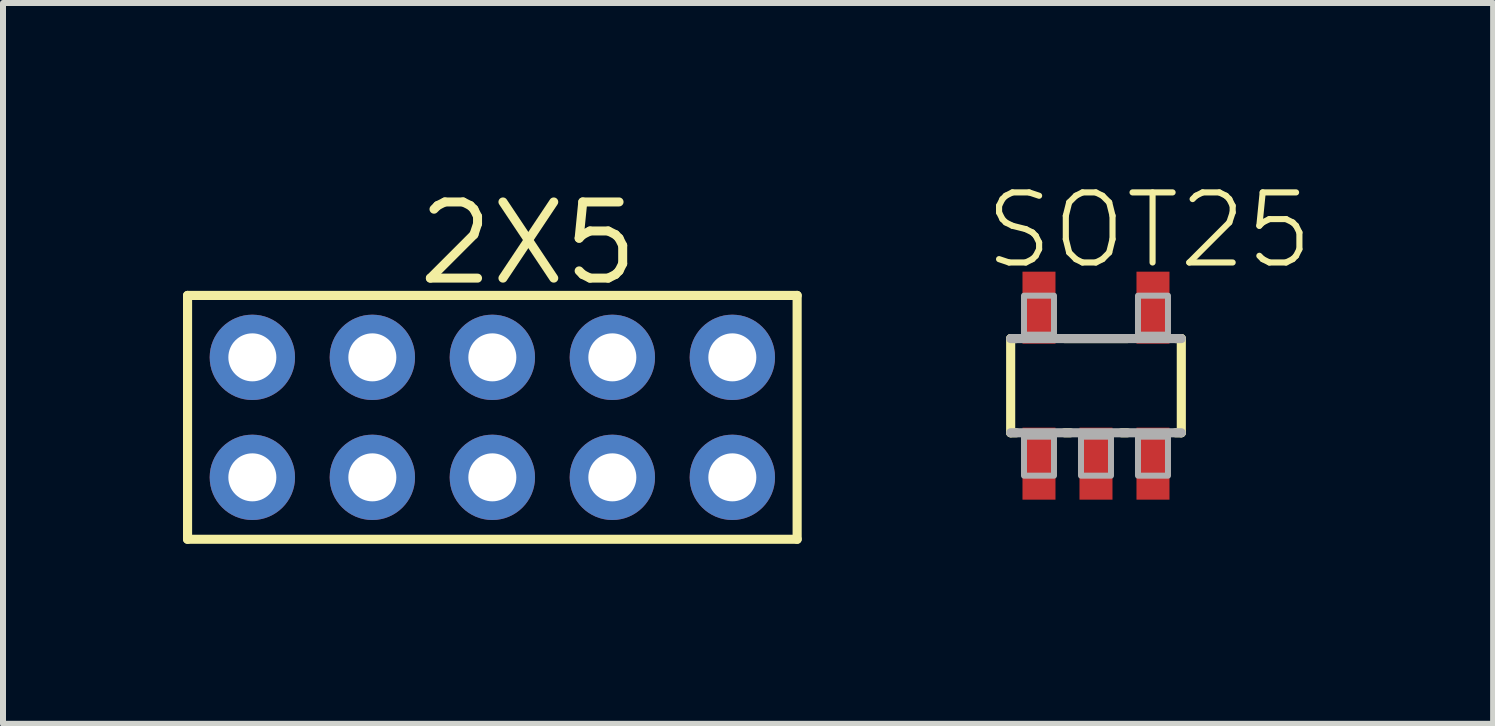
<source format=kicad_pcb>
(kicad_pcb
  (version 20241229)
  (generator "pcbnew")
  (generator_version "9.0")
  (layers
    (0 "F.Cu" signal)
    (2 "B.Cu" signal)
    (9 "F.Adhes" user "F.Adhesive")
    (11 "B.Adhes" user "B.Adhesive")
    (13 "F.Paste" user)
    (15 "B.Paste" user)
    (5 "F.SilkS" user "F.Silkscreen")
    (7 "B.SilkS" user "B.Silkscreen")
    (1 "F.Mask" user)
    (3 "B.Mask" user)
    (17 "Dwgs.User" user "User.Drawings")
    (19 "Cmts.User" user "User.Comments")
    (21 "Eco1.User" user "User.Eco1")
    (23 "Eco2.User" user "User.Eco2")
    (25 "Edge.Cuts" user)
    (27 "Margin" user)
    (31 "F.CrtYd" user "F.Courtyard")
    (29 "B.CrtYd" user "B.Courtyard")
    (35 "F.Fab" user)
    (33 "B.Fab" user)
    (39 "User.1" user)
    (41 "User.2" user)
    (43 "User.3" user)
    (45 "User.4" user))
  (footprint "2X5"
    (layer "F.Cu")
    (at 5.156 3.906)
    (property "Reference" "2X5" (at 0.6 -2.9 0) (layer "F.SilkS") (effects (font (size 1.27 1.27) (thickness 0.15))))
    (fp_line (start -5.08 -2.032) (end -5.08 2.032) (stroke (width 0.152) (type solid)) (layer "F.SilkS"))
    (fp_line (start -5.08 2.032) (end 5.08 2.032) (stroke (width 0.152) (type solid)) (layer "F.SilkS"))
    (fp_line (start 5.08 -2.032) (end -5.08 -2.032) (stroke (width 0.152) (type solid)) (layer "F.SilkS"))
    (fp_line (start 5.08 2.032) (end 5.08 -2.032) (stroke (width 0.152) (type solid)) (layer "F.SilkS"))
    (pad "1" thru_hole circle (at -4 1) (size 1.422 1.422) (drill 0.8) (layers "*.Cu" "*.Mask"))
    (pad "2" thru_hole circle (at -4 -1) (size 1.422 1.422) (drill 0.8) (layers "*.Cu" "*.Mask"))
    (pad "3" thru_hole circle (at -2 1) (size 1.422 1.422) (drill 0.8) (layers "*.Cu" "*.Mask"))
    (pad "4" thru_hole circle (at -2 -1) (size 1.422 1.422) (drill 0.8) (layers "*.Cu" "*.Mask"))
    (pad "5" thru_hole circle (at 0 1) (size 1.422 1.422) (drill 0.8) (layers "*.Cu" "*.Mask"))
    (pad "6" thru_hole circle (at 0 -1) (size 1.422 1.422) (drill 0.8) (layers "*.Cu" "*.Mask"))
    (pad "7" thru_hole circle (at 2 1) (size 1.422 1.422) (drill 0.8) (layers "*.Cu" "*.Mask"))
    (pad "8" thru_hole circle (at 2 -1) (size 1.422 1.422) (drill 0.8) (layers "*.Cu" "*.Mask"))
    (pad "9" thru_hole circle (at 4 1) (size 1.422 1.422) (drill 0.8) (layers "*.Cu" "*.Mask"))
    (pad "10" thru_hole circle (at 4 -1) (size 1.422 1.422) (drill 0.8) (layers "*.Cu" "*.Mask")))
  (footprint "SOT25"
    (layer "F.Cu")
    (at 15.217 3.378)
    (property "Reference" "SOT25" (at -1.905 -1.905 0) (layer "F.SilkS") (effects (font (size 1.168 1.168) (thickness 0.102)) (justify left bottom)))
    (fp_line (start -1.422 -0.785) (end -1.328 -0.785) (stroke (width 0.152) (type solid)) (layer "F.SilkS"))
    (fp_line (start -1.422 0.785) (end -1.422 -0.785) (stroke (width 0.152) (type solid)) (layer "F.SilkS"))
    (fp_line (start -1.328 0.785) (end -1.422 0.785) (stroke (width 0.152) (type solid)) (layer "F.SilkS"))
    (fp_line (start -0.522 -0.785) (end 0.522 -0.785) (stroke (width 0.152) (type solid)) (layer "F.SilkS"))
    (fp_line (start -0.428 0.785) (end -0.522 0.785) (stroke (width 0.152) (type solid)) (layer "F.SilkS"))
    (fp_line (start 0.522 0.785) (end 0.428 0.785) (stroke (width 0.152) (type solid)) (layer "F.SilkS"))
    (fp_line (start 1.328 -0.785) (end 1.422 -0.785) (stroke (width 0.152) (type solid)) (layer "F.SilkS"))
    (fp_line (start 1.422 -0.785) (end 1.422 0.785) (stroke (width 0.152) (type solid)) (layer "F.SilkS"))
    (fp_line (start 1.422 0.785) (end 1.328 0.785) (stroke (width 0.152) (type solid)) (layer "F.SilkS"))
    (fp_line (start -1.422 -0.785) (end 1.422 -0.785) (stroke (width 0.152) (type solid)) (layer "F.Fab"))
    (fp_line (start 1.422 0.785) (end -1.422 0.785) (stroke (width 0.152) (type solid)) (layer "F.Fab"))
    (fp_poly (pts (xy -1.2 -0.85) (xy -0.7 -0.85) (xy -0.7 -1.5) (xy -1.2 -1.5)) (stroke (width 0.1) (type solid)) (fill no) (layer "F.Fab"))
    (fp_poly (pts (xy -1.2 1.5) (xy -0.7 1.5) (xy -0.7 0.85) (xy -1.2 0.85)) (stroke (width 0.1) (type solid)) (fill no) (layer "F.Fab"))
    (fp_poly (pts (xy -0.25 1.5) (xy 0.25 1.5) (xy 0.25 0.85) (xy -0.25 0.85)) (stroke (width 0.1) (type solid)) (fill no) (layer "F.Fab"))
    (fp_poly (pts (xy 0.7 -0.85) (xy 1.2 -0.85) (xy 1.2 -1.5) (xy 0.7 -1.5)) (stroke (width 0.1) (type solid)) (fill no) (layer "F.Fab"))
    (fp_poly (pts (xy 0.7 1.5) (xy 1.2 1.5) (xy 1.2 0.85) (xy 0.7 0.85)) (stroke (width 0.1) (type solid)) (fill no) (layer "F.Fab"))
    (pad "1" smd rect (at -0.95 1.3) (size 0.55 1.2) (layers "F.Cu" "F.Mask" "F.Paste"))
    (pad "2" smd rect (at 0 1.3) (size 0.55 1.2) (layers "F.Cu" "F.Mask" "F.Paste"))
    (pad "3" smd rect (at 0.95 1.3) (size 0.55 1.2) (layers "F.Cu" "F.Mask" "F.Paste"))
    (pad "4" smd rect (at 0.95 -1.3) (size 0.55 1.2) (layers "F.Cu" "F.Mask" "F.Paste"))
    (pad "5" smd rect (at -0.95 -1.3) (size 0.55 1.2) (layers "F.Cu" "F.Mask" "F.Paste")))
  (gr_rect
    (start -3 -3)
    (end 21.836 9.014)
    (stroke (width 0.1) (type default))
    (fill no)
    (layer "Edge.Cuts")))
</source>
